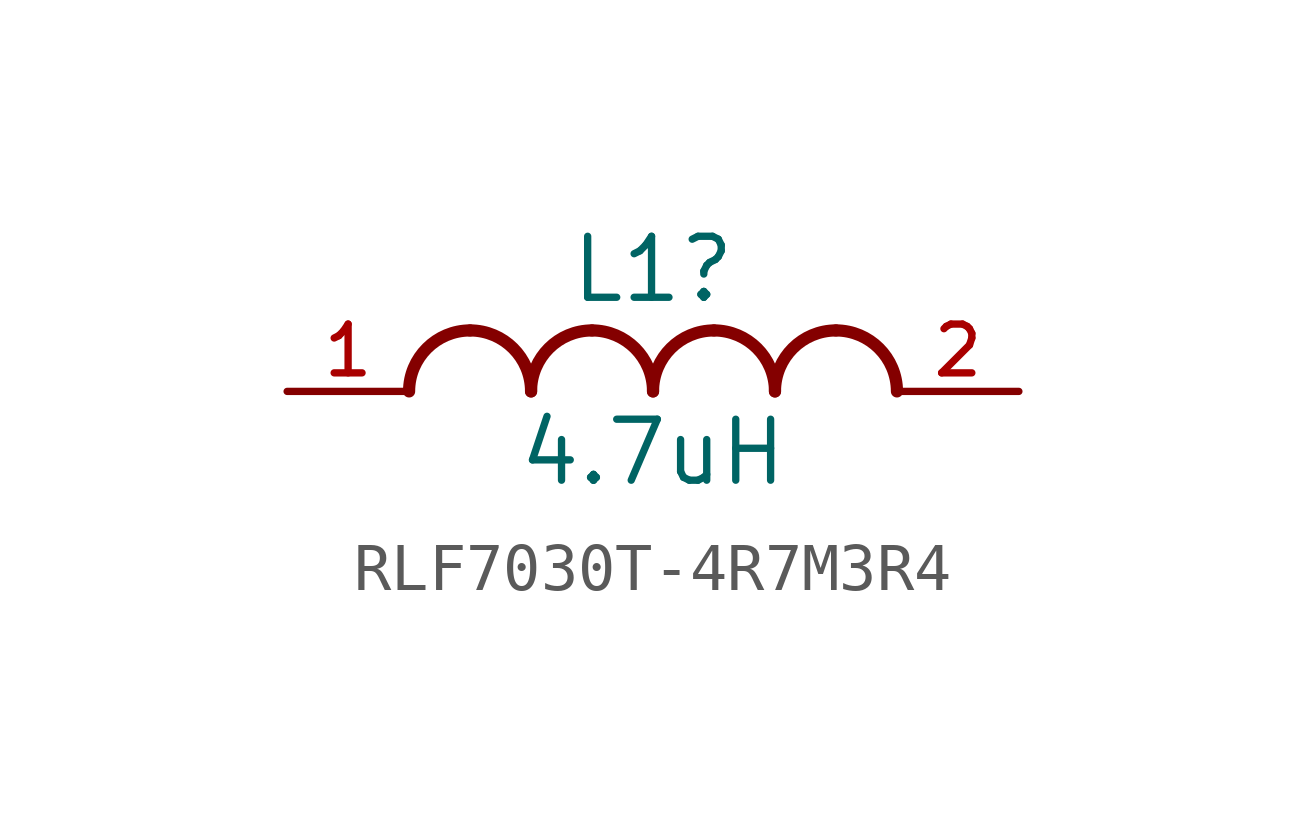
<source format=kicad_sym>
(kicad_symbol_lib
  (version 20220914)
  (generator kicad_symbol_editor)
  (symbol "RLF7030T-4R7M3R4"
    (pin_names
      (offset 1.016))
    (property "Reference" "L1"
      (at 0 2.54 0)
      (effects (font (size 1.27 1.27))))
    (property "Value" "4.7uH"
      (at 0 -1.27 0)
      (effects (font (size 1.27 1.27))))
    (symbol "RLF7030T-4R7M3R4_0_0"
      (arc (start -3.81 1.27) (mid -4.708 0.898) (end -5.08 0) (stroke (width 0.254) (type default)) (fill (type none)))
      (arc (start -2.54 0) (mid -2.912 0.898) (end -3.81 1.27) (stroke (width 0.254) (type default)) (fill (type none)))
      (arc (start -1.27 1.27) (mid -2.168 0.898) (end -2.54 0) (stroke (width 0.254) (type default)) (fill (type none)))
      (arc (start 0 0) (mid -0.372 0.898) (end -1.27 1.27) (stroke (width 0.254) (type default)) (fill (type none)))
      (arc (start 1.27 1.27) (mid 0.372 0.898) (end 0 0) (stroke (width 0.254) (type default)) (fill (type none)))
      (arc (start 2.54 0) (mid 2.168 0.898) (end 1.27 1.27) (stroke (width 0.254) (type default)) (fill (type none)))
      (arc (start 3.81 1.27) (mid 2.912 0.898) (end 2.54 0) (stroke (width 0.254) (type default)) (fill (type none)))
      (arc (start 5.08 0) (mid 4.708 0.898) (end 3.81 1.27) (stroke (width 0.254) (type default)) (fill (type none)))
      (pin passive line (at -7.62 0 0) (length 2.54) (name "~" (effects (font (size 1.016 1.016)))) (number "1" (effects (font (size 1.016 1.016)))))
      (pin passive line (at 7.62 0 180) (length 2.54) (name "~" (effects (font (size 1.016 1.016)))) (number "2" (effects (font (size 1.016 1.016))))))))
</source>
